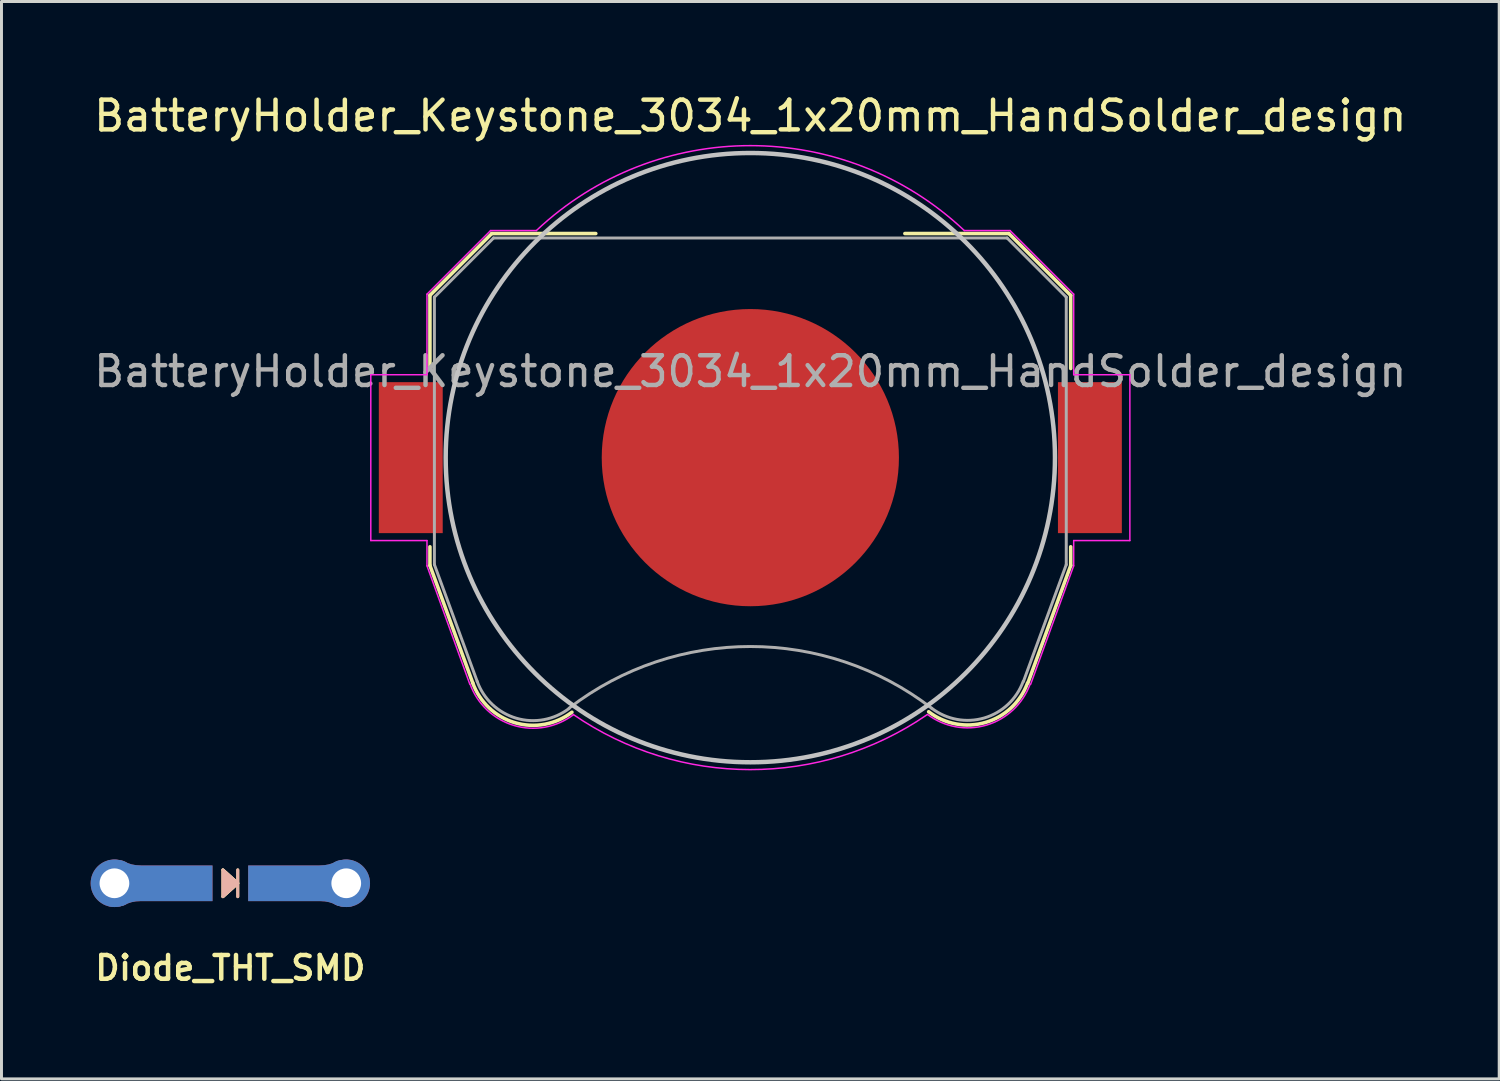
<source format=kicad_pcb>
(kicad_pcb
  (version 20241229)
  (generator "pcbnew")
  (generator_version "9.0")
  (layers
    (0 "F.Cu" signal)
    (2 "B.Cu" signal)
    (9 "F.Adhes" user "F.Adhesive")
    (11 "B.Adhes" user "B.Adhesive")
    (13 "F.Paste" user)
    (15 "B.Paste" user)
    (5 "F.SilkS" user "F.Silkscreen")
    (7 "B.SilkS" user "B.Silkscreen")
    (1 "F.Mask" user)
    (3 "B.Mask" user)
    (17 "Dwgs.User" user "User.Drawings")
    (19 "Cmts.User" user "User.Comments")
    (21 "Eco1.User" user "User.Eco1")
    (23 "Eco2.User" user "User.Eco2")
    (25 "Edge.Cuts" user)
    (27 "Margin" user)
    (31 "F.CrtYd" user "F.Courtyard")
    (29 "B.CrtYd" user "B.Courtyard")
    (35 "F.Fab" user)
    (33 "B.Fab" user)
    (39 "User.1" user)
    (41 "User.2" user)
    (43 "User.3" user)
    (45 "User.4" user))
  (footprint "Diode_THT_SMD"
    (layer "F.Cu")
    (at 4.7 26.669)
    (property "Reference" "Diode_THT_SMD" (at 0 2.85 0) (layer "F.SilkS") (effects (font (size 0.8 0.8) (thickness 0.15))))
    (attr smd)
    (fp_line (start -0.25 -0.45) (end 0.25 0) (stroke (width 0.1) (type default)) (layer "F.SilkS"))
    (fp_line (start 0.25 -0.45) (end 0.25 0.45) (stroke (width 0.1) (type default)) (layer "F.SilkS"))
    (fp_line (start 0.25 0) (end -0.25 0.45) (stroke (width 0.1) (type default)) (layer "F.SilkS"))
    (fp_poly (pts (xy -0.25 -0.45) (xy 0.25 0) (xy -0.25 0.45)) (stroke (width 0.1) (type solid)) (fill yes) (layer "F.SilkS"))
    (fp_line (start 0.25 -0.45) (end 0.25 0.45) (stroke (width 0.1) (type default)) (layer "B.SilkS"))
    (fp_poly (pts (xy -0.25 -0.45) (xy 0.25 0) (xy -0.25 0.45)) (stroke (width 0.1) (type solid)) (fill yes) (layer "B.SilkS"))
    (pad "1" smd custom (at 2.5 0) (size 3.8 1.2) (layers "F.Cu" "F.Mask" "F.Paste") (options (anchor rect)) (primitives (gr_poly (pts (xy 1.57 -0.67) (xy 1.44 -0.69) (xy 1.36 -0.69) (xy 1.24 -0.68) (xy 1.14 -0.66) (xy 1.07 -0.63) (xy 1 -0.59) (xy 0.85 -0.54) (xy 0.69 -0.51) (xy 0.32 -0.49) (xy 1.27 -0.35)) (width 0.2) (fill yes)) (gr_poly (pts (xy 1.57 0.67) (xy 1.44 0.69) (xy 1.36 0.69) (xy 1.24 0.68) (xy 1.14 0.66) (xy 1.07 0.63) (xy 1 0.59) (xy 0.85 0.54) (xy 0.69 0.51) (xy 0.32 0.49) (xy 1.27 0.35)) (width 0.2) (fill yes))))
    (pad "1" smd custom (at 2.5 0) (size 3.8 1.2) (layers "B.Cu" "B.Mask" "B.Paste") (options (anchor rect)) (primitives (gr_poly (pts (xy 1.56 -0.67) (xy 1.43 -0.69) (xy 1.35 -0.69) (xy 1.23 -0.68) (xy 1.13 -0.66) (xy 1.06 -0.63) (xy 0.99 -0.59) (xy 0.84 -0.54) (xy 0.68 -0.51) (xy 0.31 -0.49) (xy 1.26 -0.35)) (width 0.2) (fill yes)) (gr_poly (pts (xy 1.57 0.67) (xy 1.44 0.69) (xy 1.36 0.69) (xy 1.24 0.68) (xy 1.14 0.66) (xy 1.07 0.63) (xy 1 0.59) (xy 0.85 0.54) (xy 0.69 0.51) (xy 0.32 0.49) (xy 1.27 0.35)) (width 0.2) (fill yes))))
    (pad "1" thru_hole circle (at 3.9 0) (size 1.6 1.6) (drill 1) (layers "*.Cu" "*.Mask"))
    (pad "2" thru_hole circle (at -3.9 0) (size 1.6 1.6) (drill 1) (layers "*.Cu" "*.Mask"))
    (pad "2" smd custom (at -2.5 0) (size 3.8 1.2) (layers "F.Cu" "F.Mask" "F.Paste") (options (anchor rect)) (primitives (gr_poly (pts (xy -1.57 -0.67) (xy -1.44 -0.69) (xy -1.36 -0.69) (xy -1.24 -0.68) (xy -1.14 -0.66) (xy -1.07 -0.63) (xy -1 -0.59) (xy -0.85 -0.54) (xy -0.69 -0.51) (xy -0.32 -0.49) (xy -1.27 -0.35)) (width 0.2) (fill yes)) (gr_poly (pts (xy -1.57 0.67) (xy -1.44 0.69) (xy -1.36 0.69) (xy -1.24 0.68) (xy -1.14 0.66) (xy -1.07 0.63) (xy -1 0.59) (xy -0.85 0.54) (xy -0.69 0.51) (xy -0.32 0.49) (xy -1.27 0.35)) (width 0.2) (fill yes))))
    (pad "2" smd custom (at -2.5 0) (size 3.8 1.2) (layers "B.Cu" "B.Mask" "B.Paste") (options (anchor rect)) (primitives (gr_poly (pts (xy -1.57 -0.67) (xy -1.44 -0.69) (xy -1.36 -0.69) (xy -1.24 -0.68) (xy -1.14 -0.66) (xy -1.07 -0.63) (xy -1 -0.59) (xy -0.85 -0.54) (xy -0.69 -0.51) (xy -0.32 -0.49) (xy -1.27 -0.35)) (width 0.2) (fill yes)) (gr_poly (pts (xy -1.57 0.67) (xy -1.44 0.69) (xy -1.36 0.69) (xy -1.24 0.68) (xy -1.14 0.66) (xy -1.07 0.63) (xy -1 0.59) (xy -0.85 0.54) (xy -0.69 0.51) (xy -0.32 0.49) (xy -1.27 0.35)) (width 0.2) (fill yes)))))
  (footprint "BatteryHolder_Keystone_3034_1x20mm_HandSolder_design"
    (layer "F.Cu")
    (at 22.196 12.348)
    (property "Reference" "BatteryHolder_Keystone_3034_1x20mm_HandSolder_design" (at 0 -11.5 0) (layer "F.SilkS") (effects (font (size 1 1) (thickness 0.15))))
    (attr smd)
    (fp_poly (pts (xy 0.616 -2.445) (xy 0.7 -2) (xy 1.009 -1.873) (xy 1.319 -1.745) (xy 1.69 -1.997) (xy 1.794 -2.068) (xy 1.887 -2.13) (xy 1.967 -2.183) (xy 2.028 -2.222) (xy 2.066 -2.245) (xy 2.076 -2.25) (xy 2.094 -2.237) (xy 2.134 -2.202) (xy 2.19 -2.148) (xy 2.258 -2.082) (xy 2.334 -2.006) (xy 2.413 -1.926) (xy 2.492 -1.846) (xy 2.564 -1.77) (xy 2.627 -1.704) (xy 2.675 -1.651) (xy 2.705 -1.616) (xy 2.712 -1.604) (xy 2.701 -1.582) (xy 2.673 -1.535) (xy 2.629 -1.466) (xy 2.574 -1.381) (xy 2.508 -1.284) (xy 2.471 -1.229) (xy 2.402 -1.128) (xy 2.341 -1.037) (xy 2.29 -0.961) (xy 2.253 -0.903) (xy 2.233 -0.869) (xy 2.23 -0.861) (xy 2.237 -0.841) (xy 2.255 -0.793) (xy 2.283 -0.725) (xy 2.318 -0.643) (xy 2.355 -0.553) (xy 2.394 -0.464) (xy 2.43 -0.38) (xy 2.461 -0.31) (xy 2.483 -0.259) (xy 2.495 -0.235) (xy 2.496 -0.234) (xy 2.515 -0.23) (xy 2.565 -0.219) (xy 2.641 -0.204) (xy 2.738 -0.186) (xy 2.851 -0.164) (xy 2.917 -0.152) (xy 3.037 -0.129) (xy 3.146 -0.107) (xy 3.238 -0.088) (xy 3.307 -0.072) (xy 3.348 -0.06) (xy 3.356 -0.057) (xy 3.364 -0.033) (xy 3.37 0.022) (xy 3.375 0.102) (xy 3.379 0.198) (xy 3.381 0.307) (xy 3.381 0.42) (xy 3.38 0.532) (xy 3.377 0.635) (xy 3.373 0.725) (xy 3.367 0.793) (xy 3.36 0.835) (xy 3.355 0.843) (xy 3.329 0.854) (xy 3.274 0.868) (xy 3.196 0.886) (xy 3.105 0.904) (xy 3.073 0.91) (xy 2.918 0.939) (xy 2.796 0.961) (xy 2.702 0.98) (xy 2.633 0.994) (xy 2.584 1.006) (xy 2.551 1.016) (xy 2.531 1.024) (xy 2.519 1.033) (xy 2.517 1.035) (xy 2.501 1.063) (xy 2.475 1.117) (xy 2.443 1.191) (xy 2.408 1.278) (xy 2.371 1.372) (xy 2.336 1.465) (xy 2.304 1.552) (xy 2.28 1.625) (xy 2.264 1.678) (xy 2.26 1.704) (xy 2.26 1.705) (xy 2.274 1.727) (xy 2.306 1.774) (xy 2.352 1.841) (xy 2.409 1.925) (xy 2.474 2.019) (xy 2.492 2.046) (xy 2.558 2.144) (xy 2.616 2.233) (xy 2.663 2.308) (xy 2.696 2.364) (xy 2.711 2.397) (xy 2.712 2.401) (xy 2.699 2.422) (xy 2.663 2.464) (xy 2.61 2.522) (xy 2.543 2.592) (xy 2.466 2.668) (xy 2.386 2.748) (xy 2.306 2.826) (xy 2.23 2.898) (xy 2.164 2.959) (xy 2.111 3.004) (xy 2.077 3.03) (xy 2.068 3.034) (xy 2.046 3.024) (xy 2.001 2.997) (xy 1.941 2.958) (xy 1.894 2.927) (xy 1.81 2.869) (xy 1.71 2.8) (xy 1.61 2.732) (xy 1.556 2.696) (xy 1.374 2.572) (xy 1.221 2.655) (xy 1.151 2.691) (xy 1.092 2.719) (xy 1.052 2.735) (xy 1.041 2.738) (xy 1.029 2.721) (xy 1.005 2.675) (xy 0.971 2.602) (xy 0.928 2.508) (xy 0.879 2.397) (xy 0.825 2.273) (xy 0.768 2.14) (xy 0.71 2.003) (xy 0.653 1.866) (xy 0.598 1.733) (xy 0.548 1.609) (xy 0.504 1.497) (xy 0.467 1.403) (xy 0.441 1.33) (xy 0.426 1.283) (xy 0.424 1.267) (xy 0.443 1.247) (xy 0.484 1.213) (xy 0.54 1.174) (xy 0.545 1.171) (xy 0.689 1.056) (xy 0.805 0.921) (xy 0.892 0.772) (xy 0.949 0.612) (xy 0.975 0.446) (xy 0.97 0.278) (xy 0.932 0.112) (xy 0.859 -0.047) (xy 0.838 -0.082) (xy 0.727 -0.223) (xy 0.597 -0.336) (xy 0.45 -0.421) (xy 0.293 -0.476) (xy 0.129 -0.503) (xy -0.036 -0.499) (xy -0.199 -0.465) (xy -0.356 -0.399) (xy -0.5 -0.301) (xy -0.545 -0.262) (xy -0.659 -0.138) (xy -0.741 -0.007) (xy -0.798 0.139) (xy -0.83 0.284) (xy -0.838 0.446) (xy -0.812 0.61) (xy -0.754 0.769) (xy -0.668 0.917) (xy -0.557 1.05) (xy -0.422 1.162) (xy -0.404 1.173) (xy -0.347 1.212) (xy -0.305 1.245) (xy -0.284 1.267) (xy -0.284 1.267) (xy -0.288 1.29) (xy -0.306 1.343) (xy -0.334 1.42) (xy -0.372 1.518) (xy -0.418 1.632) (xy -0.469 1.758) (xy -0.525 1.892) (xy -0.582 2.03) (xy -0.64 2.166) (xy -0.696 2.298) (xy -0.75 2.42) (xy -0.798 2.528) (xy -0.839 2.618) (xy -0.871 2.686) (xy -0.893 2.727) (xy -0.902 2.738) (xy -0.929 2.729) (xy -0.98 2.707) (xy -1.045 2.674) (xy -1.081 2.655) (xy -1.234 2.572) (xy -1.417 2.696) (xy -1.51 2.759) (xy -1.612 2.828) (xy -1.707 2.894) (xy -1.755 2.927) (xy -1.822 2.972) (xy -1.879 3.008) (xy -1.918 3.029) (xy -1.931 3.034) (xy -1.95 3.022) (xy -1.991 2.987) (xy -2.05 2.933) (xy -2.124 2.864) (xy -2.209 2.784) (xy -2.262 2.733) (xy -2.356 2.641) (xy -2.437 2.558) (xy -2.502 2.489) (xy -2.547 2.437) (xy -2.571 2.405) (xy -2.573 2.399) (xy -2.563 2.374) (xy -2.534 2.324) (xy -2.491 2.254) (xy -2.435 2.168) (xy -2.371 2.073) (xy -2.353 2.046) (xy -2.287 1.95) (xy -2.227 1.863) (xy -2.178 1.79) (xy -2.142 1.737) (xy -2.123 1.708) (xy -2.121 1.705) (xy -2.124 1.682) (xy -2.138 1.632) (xy -2.162 1.56) (xy -2.193 1.475) (xy -2.228 1.382) (xy -2.265 1.288) (xy -2.3 1.2) (xy -2.333 1.124) (xy -2.359 1.067) (xy -2.377 1.036) (xy -2.378 1.035) (xy -2.389 1.026) (xy -2.407 1.017) (xy -2.437 1.008) (xy -2.483 0.996) (xy -2.548 0.983) (xy -2.637 0.965) (xy -2.753 0.943) (xy -2.901 0.916) (xy -2.933 0.91) (xy -3.028 0.892) (xy -3.111 0.874) (xy -3.175 0.858) (xy -3.211 0.846) (xy -3.216 0.843) (xy -3.224 0.819) (xy -3.231 0.763) (xy -3.236 0.684) (xy -3.239 0.587) (xy -3.241 0.478) (xy -3.242 0.365) (xy -3.241 0.254) (xy -3.238 0.15) (xy -3.234 0.061) (xy -3.228 -0.007) (xy -3.221 -0.048) (xy -3.217 -0.057) (xy -3.192 -0.065) (xy -3.137 -0.079) (xy -3.056 -0.097) (xy -2.956 -0.118) (xy -2.84 -0.14) (xy -2.778 -0.152) (xy -2.658 -0.174) (xy -2.552 -0.195) (xy -2.464 -0.212) (xy -2.399 -0.225) (xy -2.363 -0.232) (xy -2.357 -0.234) (xy -2.347 -0.254) (xy -2.325 -0.301) (xy -2.295 -0.369) (xy -2.26 -0.45) (xy -2.222 -0.54) (xy -2.184 -0.63) (xy -2.149 -0.713) (xy -2.12 -0.784) (xy -2.099 -0.836) (xy -2.09 -0.861) (xy -2.09 -0.862) (xy -2.1 -0.882) (xy -2.129 -0.928) (xy -2.172 -0.995) (xy -2.228 -1.079) (xy -2.293 -1.175) (xy -2.331 -1.23) (xy -2.4 -1.331) (xy -2.462 -1.423) (xy -2.512 -1.501) (xy -2.549 -1.56) (xy -2.569 -1.596) (xy -2.572 -1.604) (xy -2.56 -1.623) (xy -2.525 -1.663) (xy -2.473 -1.72) (xy -2.407 -1.789) (xy -2.332 -1.867) (xy -2.254 -1.947) (xy -2.175 -2.026) (xy -2.1 -2.1) (xy -2.035 -2.164) (xy -1.982 -2.213) (xy -1.948 -2.242) (xy -1.936 -2.25) (xy -1.917 -2.24) (xy -1.872 -2.211) (xy -1.805 -2.168) (xy -1.721 -2.112) (xy -1.624 -2.047) (xy -1.55 -1.997) (xy -1.179 -1.745) (xy -0.561 -2) (xy -0.477 -2.445) (xy -0.393 -2.889) (xy 0.532 -2.889) (xy 0.616 -2.445)) (stroke (width 0.01) (type solid)) (fill yes) (layer "F.Mask"))
    (fp_line (start -10.78 -5.46) (end -10.78 -3) (stroke (width 0.12) (type solid)) (layer "F.SilkS"))
    (fp_line (start -10.78 3) (end -10.78 3.63) (stroke (width 0.12) (type solid)) (layer "F.SilkS"))
    (fp_line (start -10.78 3.63) (end -9.34 7.58) (stroke (width 0.12) (type solid)) (layer "F.SilkS"))
    (fp_line (start -8.7 -7.54) (end -10.78 -5.46) (stroke (width 0.12) (type solid)) (layer "F.SilkS"))
    (fp_line (start -5.2 -7.54) (end -8.7 -7.54) (stroke (width 0.12) (type solid)) (layer "F.SilkS"))
    (fp_line (start 8.7 -7.54) (end 5.2 -7.54) (stroke (width 0.12) (type solid)) (layer "F.SilkS"))
    (fp_line (start 8.7 -7.54) (end 10.78 -5.46) (stroke (width 0.12) (type solid)) (layer "F.SilkS"))
    (fp_line (start 10.78 -5.46) (end 10.78 -3) (stroke (width 0.12) (type solid)) (layer "F.SilkS"))
    (fp_line (start 10.78 3) (end 10.78 3.63) (stroke (width 0.12) (type solid)) (layer "F.SilkS"))
    (fp_line (start 10.78 3.63) (end 9.34 7.58) (stroke (width 0.12) (type solid)) (layer "F.SilkS"))
    (fp_arc (start -6.003354 8.56653) (mid -7.921654 8.918738) (end -9.34 7.58) (stroke (width 0.12) (type solid)) (layer "F.SilkS"))
    (fp_arc (start 9.325243 7.588169) (mid 7.90634 8.911668) (end 6 8.55) (stroke (width 0.12) (type solid)) (layer "F.SilkS"))
    (fp_circle (center 0 0) (end 0 10.25) (stroke (width 0.15) (type solid)) (fill no) (layer "Dwgs.User"))
    (fp_line (start -12.77 -2.79) (end -12.77 2.79) (stroke (width 0.05) (type solid)) (layer "F.CrtYd"))
    (fp_line (start -12.77 2.79) (end -10.88 2.79) (stroke (width 0.05) (type solid)) (layer "F.CrtYd"))
    (fp_line (start -10.88 -5.5) (end -10.88 -2.79) (stroke (width 0.05) (type solid)) (layer "F.CrtYd"))
    (fp_line (start -10.88 -2.79) (end -12.77 -2.79) (stroke (width 0.05) (type solid)) (layer "F.CrtYd"))
    (fp_line (start -10.88 2.79) (end -10.88 3.64) (stroke (width 0.05) (type solid)) (layer "F.CrtYd"))
    (fp_line (start -10.88 3.64) (end -9.44 7.62) (stroke (width 0.05) (type solid)) (layer "F.CrtYd"))
    (fp_line (start -8.74 -7.64) (end -10.88 -5.5) (stroke (width 0.05) (type solid)) (layer "F.CrtYd"))
    (fp_line (start -7.2 -7.64) (end -8.74 -7.64) (stroke (width 0.05) (type solid)) (layer "F.CrtYd"))
    (fp_line (start 8.74 -7.64) (end 7.2 -7.64) (stroke (width 0.05) (type solid)) (layer "F.CrtYd"))
    (fp_line (start 9.43 7.63) (end 10.88 3.64) (stroke (width 0.05) (type solid)) (layer "F.CrtYd"))
    (fp_line (start 10.88 -5.5) (end 8.74 -7.64) (stroke (width 0.05) (type solid)) (layer "F.CrtYd"))
    (fp_line (start 10.88 -2.79) (end 10.88 -5.5) (stroke (width 0.05) (type solid)) (layer "F.CrtYd"))
    (fp_line (start 10.88 2.79) (end 12.77 2.79) (stroke (width 0.05) (type solid)) (layer "F.CrtYd"))
    (fp_line (start 10.88 3.64) (end 10.88 2.79) (stroke (width 0.05) (type solid)) (layer "F.CrtYd"))
    (fp_line (start 12.77 -2.79) (end 10.88 -2.79) (stroke (width 0.05) (type solid)) (layer "F.CrtYd"))
    (fp_line (start 12.77 2.79) (end 12.77 -2.79) (stroke (width 0.05) (type solid)) (layer "F.CrtYd"))
    (fp_arc (start -7.199546 -7.640427) (mid 0.000312 -10.498075) (end 7.2 -7.64) (stroke (width 0.05) (type solid)) (layer "F.CrtYd"))
    (fp_arc (start -5.956965 8.654604) (mid -7.953941 9.011629) (end -9.43 7.62) (stroke (width 0.05) (type solid)) (layer "F.CrtYd"))
    (fp_arc (start 5.945368 8.650075) (mid -0.008883 10.496243) (end -5.96 8.64) (stroke (width 0.05) (type solid)) (layer "F.CrtYd"))
    (fp_arc (start 9.415144 7.621341) (mid 7.944017 9.000493) (end 5.96 8.64) (stroke (width 0.05) (type solid)) (layer "F.CrtYd"))
    (fp_line (start -10.63 -5.4) (end -8.64 -7.39) (stroke (width 0.1) (type solid)) (layer "F.Fab"))
    (fp_line (start -10.63 3.6) (end -10.63 -5.4) (stroke (width 0.1) (type solid)) (layer "F.Fab"))
    (fp_line (start -9.19 7.53) (end -10.63 3.6) (stroke (width 0.1) (type solid)) (layer "F.Fab"))
    (fp_line (start -8.64 -7.39) (end 8.64 -7.39) (stroke (width 0.1) (type solid)) (layer "F.Fab"))
    (fp_line (start 8.64 -7.39) (end 10.63 -5.4) (stroke (width 0.1) (type solid)) (layer "F.Fab"))
    (fp_line (start 10.63 -5.4) (end 10.63 3.6) (stroke (width 0.1) (type solid)) (layer "F.Fab"))
    (fp_line (start 10.63 3.6) (end 9.19 7.53) (stroke (width 0.1) (type solid)) (layer "F.Fab"))
    (fp_arc (start -6.096146 8.438508) (mid -7.87328 8.768206) (end -9.19 7.53) (stroke (width 0.1) (type solid)) (layer "F.Fab"))
    (fp_arc (start -6.094852 8.426043) (mid 0.003247 6.355257) (end 6.1 8.43) (stroke (width 0.1) (type solid)) (layer "F.Fab"))
    (fp_arc (start 9.180727 7.528882) (mid 7.868698 8.760067) (end 6.1 8.43) (stroke (width 0.1) (type solid)) (layer "F.Fab"))
    (fp_text user "${REFERENCE}" (at 0 -2.9 0) (layer "F.Fab") (effects (font (size 1 1) (thickness 0.15))))
    (pad "1" smd rect (at -11.425 0) (size 2.15 5.08) (layers "F.Cu" "F.Mask" "F.Paste"))
    (pad "1" smd rect (at 11.425 0) (size 2.15 5.08) (layers "F.Cu" "F.Mask" "F.Paste"))
    (pad "2" smd circle (at 0 0) (size 10 10) (layers "F.Cu")))
  (gr_rect
    (start -3 -3)
    (end 47.393 33.251)
    (stroke (width 0.1) (type default))
    (fill no)
    (layer "Edge.Cuts")))
</source>
